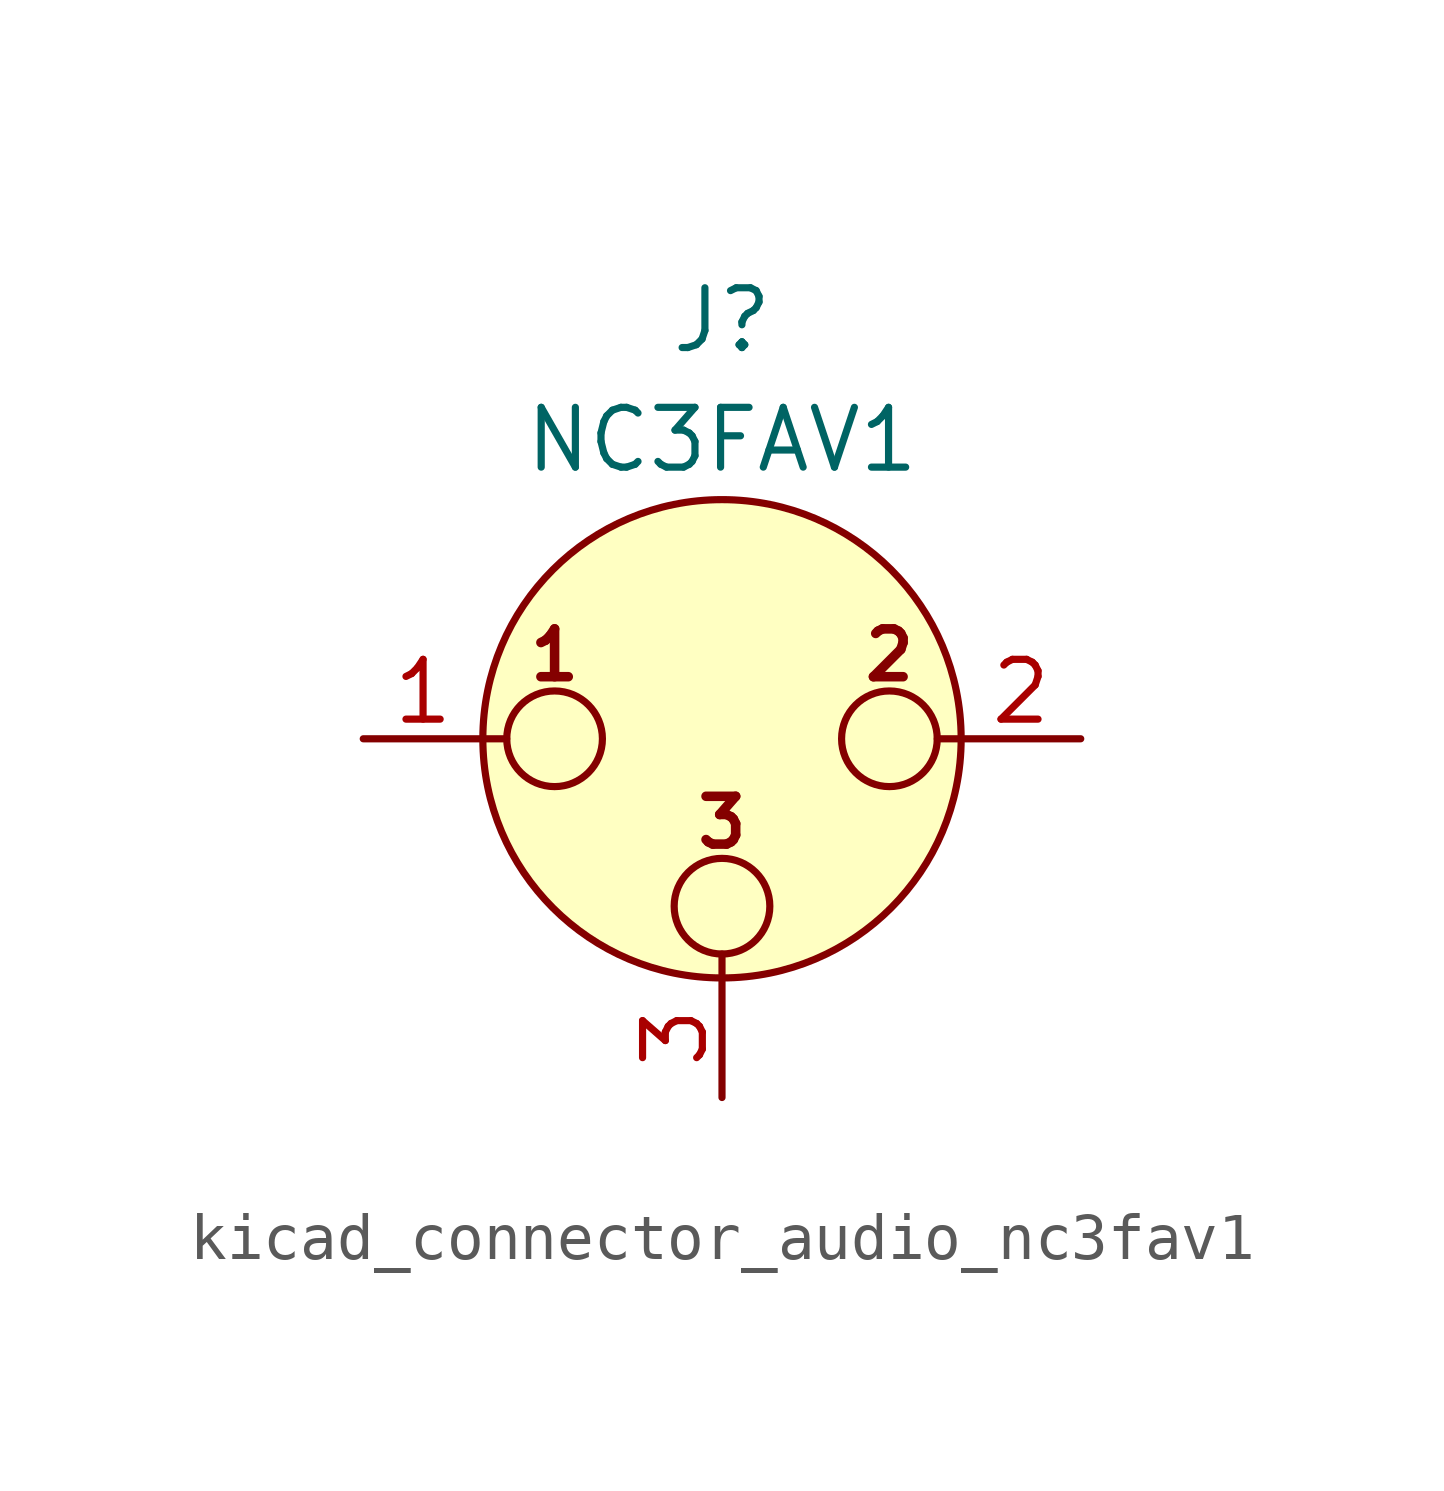
<source format=kicad_sym>
(kicad_symbol_lib
  (version 20220914)
  (generator kicad_symbol_editor)
  (symbol "kicad_connector_audio_nc3fav1"
    (pin_names hide)
    (property "Reference" "J"
      (at 0 8.89 0)
      (effects (font (size 1.27 1.27))))
    (property "Value" "NC3FAV1"
      (at 0 6.35 0)
      (effects (font (size 1.27 1.27))))
    (symbol "kicad_connector_audio_nc3fav1_0_1"
      (circle (center -3.556 0) (radius 1.016) (stroke (width 0) (type default)) (fill (type none)))
      (circle (center 0 -3.556) (radius 1.016) (stroke (width 0) (type default)) (fill (type none)))
      (polyline (pts (xy -5.08 0) (xy -4.572 0)) (stroke (width 0) (type default)) (fill (type none)))
      (polyline (pts (xy 0 -5.08) (xy 0 -4.572)) (stroke (width 0) (type default)) (fill (type none)))
      (polyline (pts (xy 5.08 0) (xy 4.572 0)) (stroke (width 0) (type default)) (fill (type none)))
      (circle (center 0 0) (radius 5.08) (stroke (width 0) (type default)) (fill (type background)))
      (circle (center 3.556 0) (radius 1.016) (stroke (width 0) (type default)) (fill (type none)))
      (text "1" (at -3.556 1.778 0) (effects (font (size 1.016 1.016) bold)))
      (text "2" (at 3.556 1.778 0) (effects (font (size 1.016 1.016) bold)))
      (text "3" (at 0 -1.778 0) (effects (font (size 1.016 1.016) bold)))
      (pin passive line (at -7.62 0 0) (length 2.54) (name "~" (effects (font (size 1.27 1.27)))) (number "1" (effects (font (size 1.27 1.27)))))
      (pin passive line (at 7.62 0 180) (length 2.54) (name "~" (effects (font (size 1.27 1.27)))) (number "2" (effects (font (size 1.27 1.27)))))
      (pin passive line (at 0 -7.62 90) (length 2.54) (name "~" (effects (font (size 1.27 1.27)))) (number "3" (effects (font (size 1.27 1.27))))))))
</source>
